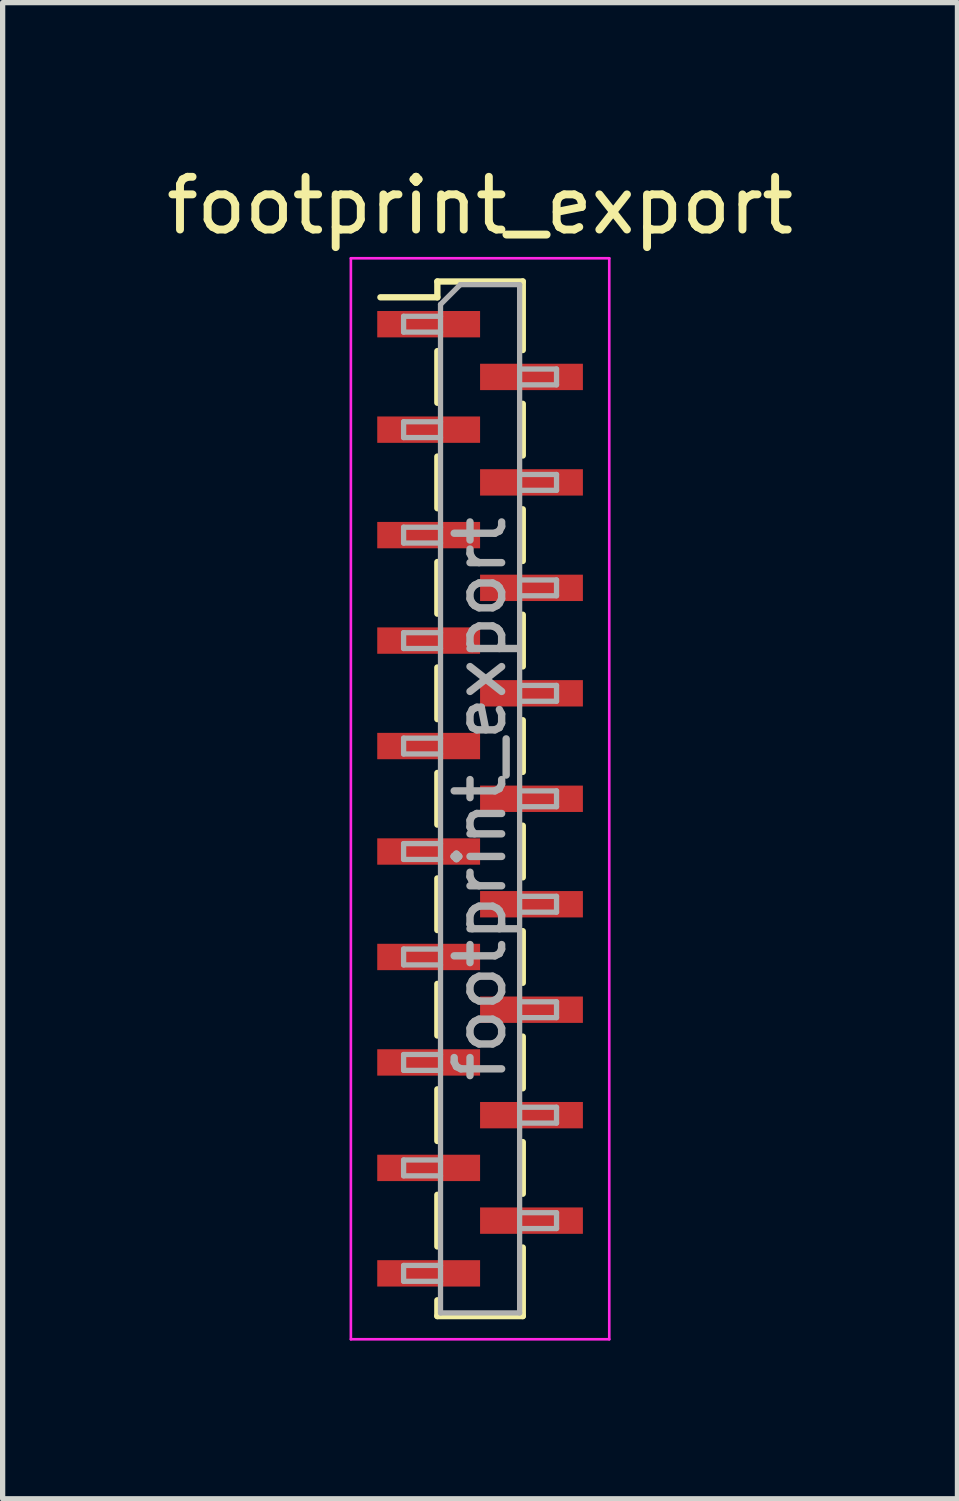
<source format=kicad_pcb>
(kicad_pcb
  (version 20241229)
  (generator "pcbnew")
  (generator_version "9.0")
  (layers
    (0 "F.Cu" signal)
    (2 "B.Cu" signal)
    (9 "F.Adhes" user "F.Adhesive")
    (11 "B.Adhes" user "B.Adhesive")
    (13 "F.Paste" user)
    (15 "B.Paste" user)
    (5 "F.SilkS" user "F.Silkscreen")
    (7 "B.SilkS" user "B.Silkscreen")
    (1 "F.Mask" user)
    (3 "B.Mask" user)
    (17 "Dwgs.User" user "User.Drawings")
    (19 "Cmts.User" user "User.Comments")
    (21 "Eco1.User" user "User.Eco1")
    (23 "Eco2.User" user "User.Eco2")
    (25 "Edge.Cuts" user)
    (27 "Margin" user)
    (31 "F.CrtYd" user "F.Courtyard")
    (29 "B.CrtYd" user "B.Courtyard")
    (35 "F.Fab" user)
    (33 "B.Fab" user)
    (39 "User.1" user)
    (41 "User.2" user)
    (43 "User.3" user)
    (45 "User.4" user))
  (footprint "footprint_export"
    (layer "F.Cu")
    (at 6.054 12.098)
    (property "Reference" "footprint_export" (at 0 -11.25 0) (layer "F.SilkS") (effects (font (size 1 1) (thickness 0.15))))
    (attr smd)
    (fp_line (start -1.89 -9.51) (end -0.81 -9.51) (stroke (width 0.12) (type solid)) (layer "F.SilkS"))
    (fp_line (start -0.81 -9.81) (end -0.81 -9.51) (stroke (width 0.12) (type solid)) (layer "F.SilkS"))
    (fp_line (start -0.81 -9.81) (end 0.81 -9.81) (stroke (width 0.12) (type solid)) (layer "F.SilkS"))
    (fp_line (start -0.81 -8.49) (end -0.81 -7.51) (stroke (width 0.12) (type solid)) (layer "F.SilkS"))
    (fp_line (start -0.81 -6.49) (end -0.81 -5.51) (stroke (width 0.12) (type solid)) (layer "F.SilkS"))
    (fp_line (start -0.81 -4.49) (end -0.81 -3.51) (stroke (width 0.12) (type solid)) (layer "F.SilkS"))
    (fp_line (start -0.81 -2.49) (end -0.81 -1.51) (stroke (width 0.12) (type solid)) (layer "F.SilkS"))
    (fp_line (start -0.81 -0.49) (end -0.81 0.49) (stroke (width 0.12) (type solid)) (layer "F.SilkS"))
    (fp_line (start -0.81 1.51) (end -0.81 2.49) (stroke (width 0.12) (type solid)) (layer "F.SilkS"))
    (fp_line (start -0.81 3.51) (end -0.81 4.49) (stroke (width 0.12) (type solid)) (layer "F.SilkS"))
    (fp_line (start -0.81 5.51) (end -0.81 6.49) (stroke (width 0.12) (type solid)) (layer "F.SilkS"))
    (fp_line (start -0.81 7.51) (end -0.81 8.49) (stroke (width 0.12) (type solid)) (layer "F.SilkS"))
    (fp_line (start -0.81 9.51) (end -0.81 9.81) (stroke (width 0.12) (type solid)) (layer "F.SilkS"))
    (fp_line (start -0.81 9.81) (end 0.81 9.81) (stroke (width 0.12) (type solid)) (layer "F.SilkS"))
    (fp_line (start 0.81 -9.81) (end 0.81 -8.51) (stroke (width 0.12) (type solid)) (layer "F.SilkS"))
    (fp_line (start 0.81 -7.49) (end 0.81 -6.51) (stroke (width 0.12) (type solid)) (layer "F.SilkS"))
    (fp_line (start 0.81 -5.49) (end 0.81 -4.51) (stroke (width 0.12) (type solid)) (layer "F.SilkS"))
    (fp_line (start 0.81 -3.49) (end 0.81 -2.51) (stroke (width 0.12) (type solid)) (layer "F.SilkS"))
    (fp_line (start 0.81 -1.49) (end 0.81 -0.51) (stroke (width 0.12) (type solid)) (layer "F.SilkS"))
    (fp_line (start 0.81 0.51) (end 0.81 1.49) (stroke (width 0.12) (type solid)) (layer "F.SilkS"))
    (fp_line (start 0.81 2.51) (end 0.81 3.49) (stroke (width 0.12) (type solid)) (layer "F.SilkS"))
    (fp_line (start 0.81 4.51) (end 0.81 5.49) (stroke (width 0.12) (type solid)) (layer "F.SilkS"))
    (fp_line (start 0.81 6.51) (end 0.81 7.49) (stroke (width 0.12) (type solid)) (layer "F.SilkS"))
    (fp_line (start 0.81 8.51) (end 0.81 9.81) (stroke (width 0.12) (type solid)) (layer "F.SilkS"))
    (fp_line (start -2.45 -10.25) (end 2.45 -10.25) (stroke (width 0.05) (type solid)) (layer "F.CrtYd"))
    (fp_line (start -2.45 10.25) (end -2.45 -10.25) (stroke (width 0.05) (type solid)) (layer "F.CrtYd"))
    (fp_line (start 2.45 -10.25) (end 2.45 10.25) (stroke (width 0.05) (type solid)) (layer "F.CrtYd"))
    (fp_line (start 2.45 10.25) (end -2.45 10.25) (stroke (width 0.05) (type solid)) (layer "F.CrtYd"))
    (fp_line (start -1.45 -9.15) (end -0.75 -9.15) (stroke (width 0.1) (type solid)) (layer "F.Fab"))
    (fp_line (start -1.45 -8.85) (end -1.45 -9.15) (stroke (width 0.1) (type solid)) (layer "F.Fab"))
    (fp_line (start -1.45 -7.15) (end -0.75 -7.15) (stroke (width 0.1) (type solid)) (layer "F.Fab"))
    (fp_line (start -1.45 -6.85) (end -1.45 -7.15) (stroke (width 0.1) (type solid)) (layer "F.Fab"))
    (fp_line (start -1.45 -5.15) (end -0.75 -5.15) (stroke (width 0.1) (type solid)) (layer "F.Fab"))
    (fp_line (start -1.45 -4.85) (end -1.45 -5.15) (stroke (width 0.1) (type solid)) (layer "F.Fab"))
    (fp_line (start -1.45 -3.15) (end -0.75 -3.15) (stroke (width 0.1) (type solid)) (layer "F.Fab"))
    (fp_line (start -1.45 -2.85) (end -1.45 -3.15) (stroke (width 0.1) (type solid)) (layer "F.Fab"))
    (fp_line (start -1.45 -1.15) (end -0.75 -1.15) (stroke (width 0.1) (type solid)) (layer "F.Fab"))
    (fp_line (start -1.45 -0.85) (end -1.45 -1.15) (stroke (width 0.1) (type solid)) (layer "F.Fab"))
    (fp_line (start -1.45 0.85) (end -0.75 0.85) (stroke (width 0.1) (type solid)) (layer "F.Fab"))
    (fp_line (start -1.45 1.15) (end -1.45 0.85) (stroke (width 0.1) (type solid)) (layer "F.Fab"))
    (fp_line (start -1.45 2.85) (end -0.75 2.85) (stroke (width 0.1) (type solid)) (layer "F.Fab"))
    (fp_line (start -1.45 3.15) (end -1.45 2.85) (stroke (width 0.1) (type solid)) (layer "F.Fab"))
    (fp_line (start -1.45 4.85) (end -0.75 4.85) (stroke (width 0.1) (type solid)) (layer "F.Fab"))
    (fp_line (start -1.45 5.15) (end -1.45 4.85) (stroke (width 0.1) (type solid)) (layer "F.Fab"))
    (fp_line (start -1.45 6.85) (end -0.75 6.85) (stroke (width 0.1) (type solid)) (layer "F.Fab"))
    (fp_line (start -1.45 7.15) (end -1.45 6.85) (stroke (width 0.1) (type solid)) (layer "F.Fab"))
    (fp_line (start -1.45 8.85) (end -0.75 8.85) (stroke (width 0.1) (type solid)) (layer "F.Fab"))
    (fp_line (start -1.45 9.15) (end -1.45 8.85) (stroke (width 0.1) (type solid)) (layer "F.Fab"))
    (fp_line (start -0.75 -9.375) (end -0.375 -9.75) (stroke (width 0.1) (type solid)) (layer "F.Fab"))
    (fp_line (start -0.75 -8.85) (end -1.45 -8.85) (stroke (width 0.1) (type solid)) (layer "F.Fab"))
    (fp_line (start -0.75 -6.85) (end -1.45 -6.85) (stroke (width 0.1) (type solid)) (layer "F.Fab"))
    (fp_line (start -0.75 -4.85) (end -1.45 -4.85) (stroke (width 0.1) (type solid)) (layer "F.Fab"))
    (fp_line (start -0.75 -2.85) (end -1.45 -2.85) (stroke (width 0.1) (type solid)) (layer "F.Fab"))
    (fp_line (start -0.75 -0.85) (end -1.45 -0.85) (stroke (width 0.1) (type solid)) (layer "F.Fab"))
    (fp_line (start -0.75 1.15) (end -1.45 1.15) (stroke (width 0.1) (type solid)) (layer "F.Fab"))
    (fp_line (start -0.75 3.15) (end -1.45 3.15) (stroke (width 0.1) (type solid)) (layer "F.Fab"))
    (fp_line (start -0.75 5.15) (end -1.45 5.15) (stroke (width 0.1) (type solid)) (layer "F.Fab"))
    (fp_line (start -0.75 7.15) (end -1.45 7.15) (stroke (width 0.1) (type solid)) (layer "F.Fab"))
    (fp_line (start -0.75 9.15) (end -1.45 9.15) (stroke (width 0.1) (type solid)) (layer "F.Fab"))
    (fp_line (start -0.75 9.75) (end -0.75 -9.375) (stroke (width 0.1) (type solid)) (layer "F.Fab"))
    (fp_line (start -0.375 -9.75) (end 0.75 -9.75) (stroke (width 0.1) (type solid)) (layer "F.Fab"))
    (fp_line (start 0.75 -9.75) (end 0.75 9.75) (stroke (width 0.1) (type solid)) (layer "F.Fab"))
    (fp_line (start 0.75 -8.15) (end 1.45 -8.15) (stroke (width 0.1) (type solid)) (layer "F.Fab"))
    (fp_line (start 0.75 -6.15) (end 1.45 -6.15) (stroke (width 0.1) (type solid)) (layer "F.Fab"))
    (fp_line (start 0.75 -4.15) (end 1.45 -4.15) (stroke (width 0.1) (type solid)) (layer "F.Fab"))
    (fp_line (start 0.75 -2.15) (end 1.45 -2.15) (stroke (width 0.1) (type solid)) (layer "F.Fab"))
    (fp_line (start 0.75 -0.15) (end 1.45 -0.15) (stroke (width 0.1) (type solid)) (layer "F.Fab"))
    (fp_line (start 0.75 1.85) (end 1.45 1.85) (stroke (width 0.1) (type solid)) (layer "F.Fab"))
    (fp_line (start 0.75 3.85) (end 1.45 3.85) (stroke (width 0.1) (type solid)) (layer "F.Fab"))
    (fp_line (start 0.75 5.85) (end 1.45 5.85) (stroke (width 0.1) (type solid)) (layer "F.Fab"))
    (fp_line (start 0.75 7.85) (end 1.45 7.85) (stroke (width 0.1) (type solid)) (layer "F.Fab"))
    (fp_line (start 0.75 9.75) (end -0.75 9.75) (stroke (width 0.1) (type solid)) (layer "F.Fab"))
    (fp_line (start 1.45 -8.15) (end 1.45 -7.85) (stroke (width 0.1) (type solid)) (layer "F.Fab"))
    (fp_line (start 1.45 -7.85) (end 0.75 -7.85) (stroke (width 0.1) (type solid)) (layer "F.Fab"))
    (fp_line (start 1.45 -6.15) (end 1.45 -5.85) (stroke (width 0.1) (type solid)) (layer "F.Fab"))
    (fp_line (start 1.45 -5.85) (end 0.75 -5.85) (stroke (width 0.1) (type solid)) (layer "F.Fab"))
    (fp_line (start 1.45 -4.15) (end 1.45 -3.85) (stroke (width 0.1) (type solid)) (layer "F.Fab"))
    (fp_line (start 1.45 -3.85) (end 0.75 -3.85) (stroke (width 0.1) (type solid)) (layer "F.Fab"))
    (fp_line (start 1.45 -2.15) (end 1.45 -1.85) (stroke (width 0.1) (type solid)) (layer "F.Fab"))
    (fp_line (start 1.45 -1.85) (end 0.75 -1.85) (stroke (width 0.1) (type solid)) (layer "F.Fab"))
    (fp_line (start 1.45 -0.15) (end 1.45 0.15) (stroke (width 0.1) (type solid)) (layer "F.Fab"))
    (fp_line (start 1.45 0.15) (end 0.75 0.15) (stroke (width 0.1) (type solid)) (layer "F.Fab"))
    (fp_line (start 1.45 1.85) (end 1.45 2.15) (stroke (width 0.1) (type solid)) (layer "F.Fab"))
    (fp_line (start 1.45 2.15) (end 0.75 2.15) (stroke (width 0.1) (type solid)) (layer "F.Fab"))
    (fp_line (start 1.45 3.85) (end 1.45 4.15) (stroke (width 0.1) (type solid)) (layer "F.Fab"))
    (fp_line (start 1.45 4.15) (end 0.75 4.15) (stroke (width 0.1) (type solid)) (layer "F.Fab"))
    (fp_line (start 1.45 5.85) (end 1.45 6.15) (stroke (width 0.1) (type solid)) (layer "F.Fab"))
    (fp_line (start 1.45 6.15) (end 0.75 6.15) (stroke (width 0.1) (type solid)) (layer "F.Fab"))
    (fp_line (start 1.45 7.85) (end 1.45 8.15) (stroke (width 0.1) (type solid)) (layer "F.Fab"))
    (fp_line (start 1.45 8.15) (end 0.75 8.15) (stroke (width 0.1) (type solid)) (layer "F.Fab"))
    (fp_text user "${REFERENCE}" (at 0 0 90) (layer "F.Fab") (effects (font (size 0.9 0.9) (thickness 0.14))))
    (pad "1" smd rect (at -0.975 -9) (size 1.95 0.5) (layers "F.Cu" "F.Mask" "F.Paste"))
    (pad "2" smd rect (at 0.975 -8) (size 1.95 0.5) (layers "F.Cu" "F.Mask" "F.Paste"))
    (pad "3" smd rect (at -0.975 -7) (size 1.95 0.5) (layers "F.Cu" "F.Mask" "F.Paste"))
    (pad "4" smd rect (at 0.975 -6) (size 1.95 0.5) (layers "F.Cu" "F.Mask" "F.Paste"))
    (pad "5" smd rect (at -0.975 -5) (size 1.95 0.5) (layers "F.Cu" "F.Mask" "F.Paste"))
    (pad "6" smd rect (at 0.975 -4) (size 1.95 0.5) (layers "F.Cu" "F.Mask" "F.Paste"))
    (pad "7" smd rect (at -0.975 -3) (size 1.95 0.5) (layers "F.Cu" "F.Mask" "F.Paste"))
    (pad "8" smd rect (at 0.975 -2) (size 1.95 0.5) (layers "F.Cu" "F.Mask" "F.Paste"))
    (pad "9" smd rect (at -0.975 -1) (size 1.95 0.5) (layers "F.Cu" "F.Mask" "F.Paste"))
    (pad "10" smd rect (at 0.975 0) (size 1.95 0.5) (layers "F.Cu" "F.Mask" "F.Paste"))
    (pad "11" smd rect (at -0.975 1) (size 1.95 0.5) (layers "F.Cu" "F.Mask" "F.Paste"))
    (pad "12" smd rect (at 0.975 2) (size 1.95 0.5) (layers "F.Cu" "F.Mask" "F.Paste"))
    (pad "13" smd rect (at -0.975 3) (size 1.95 0.5) (layers "F.Cu" "F.Mask" "F.Paste"))
    (pad "14" smd rect (at 0.975 4) (size 1.95 0.5) (layers "F.Cu" "F.Mask" "F.Paste"))
    (pad "15" smd rect (at -0.975 5) (size 1.95 0.5) (layers "F.Cu" "F.Mask" "F.Paste"))
    (pad "16" smd rect (at 0.975 6) (size 1.95 0.5) (layers "F.Cu" "F.Mask" "F.Paste"))
    (pad "17" smd rect (at -0.975 7) (size 1.95 0.5) (layers "F.Cu" "F.Mask" "F.Paste"))
    (pad "18" smd rect (at 0.975 8) (size 1.95 0.5) (layers "F.Cu" "F.Mask" "F.Paste"))
    (pad "19" smd rect (at -0.975 9) (size 1.95 0.5) (layers "F.Cu" "F.Mask" "F.Paste")))
  (gr_rect
    (start -3 -3)
    (end 15.107 25.373)
    (stroke (width 0.1) (type default))
    (fill no)
    (layer "Edge.Cuts")))
</source>
